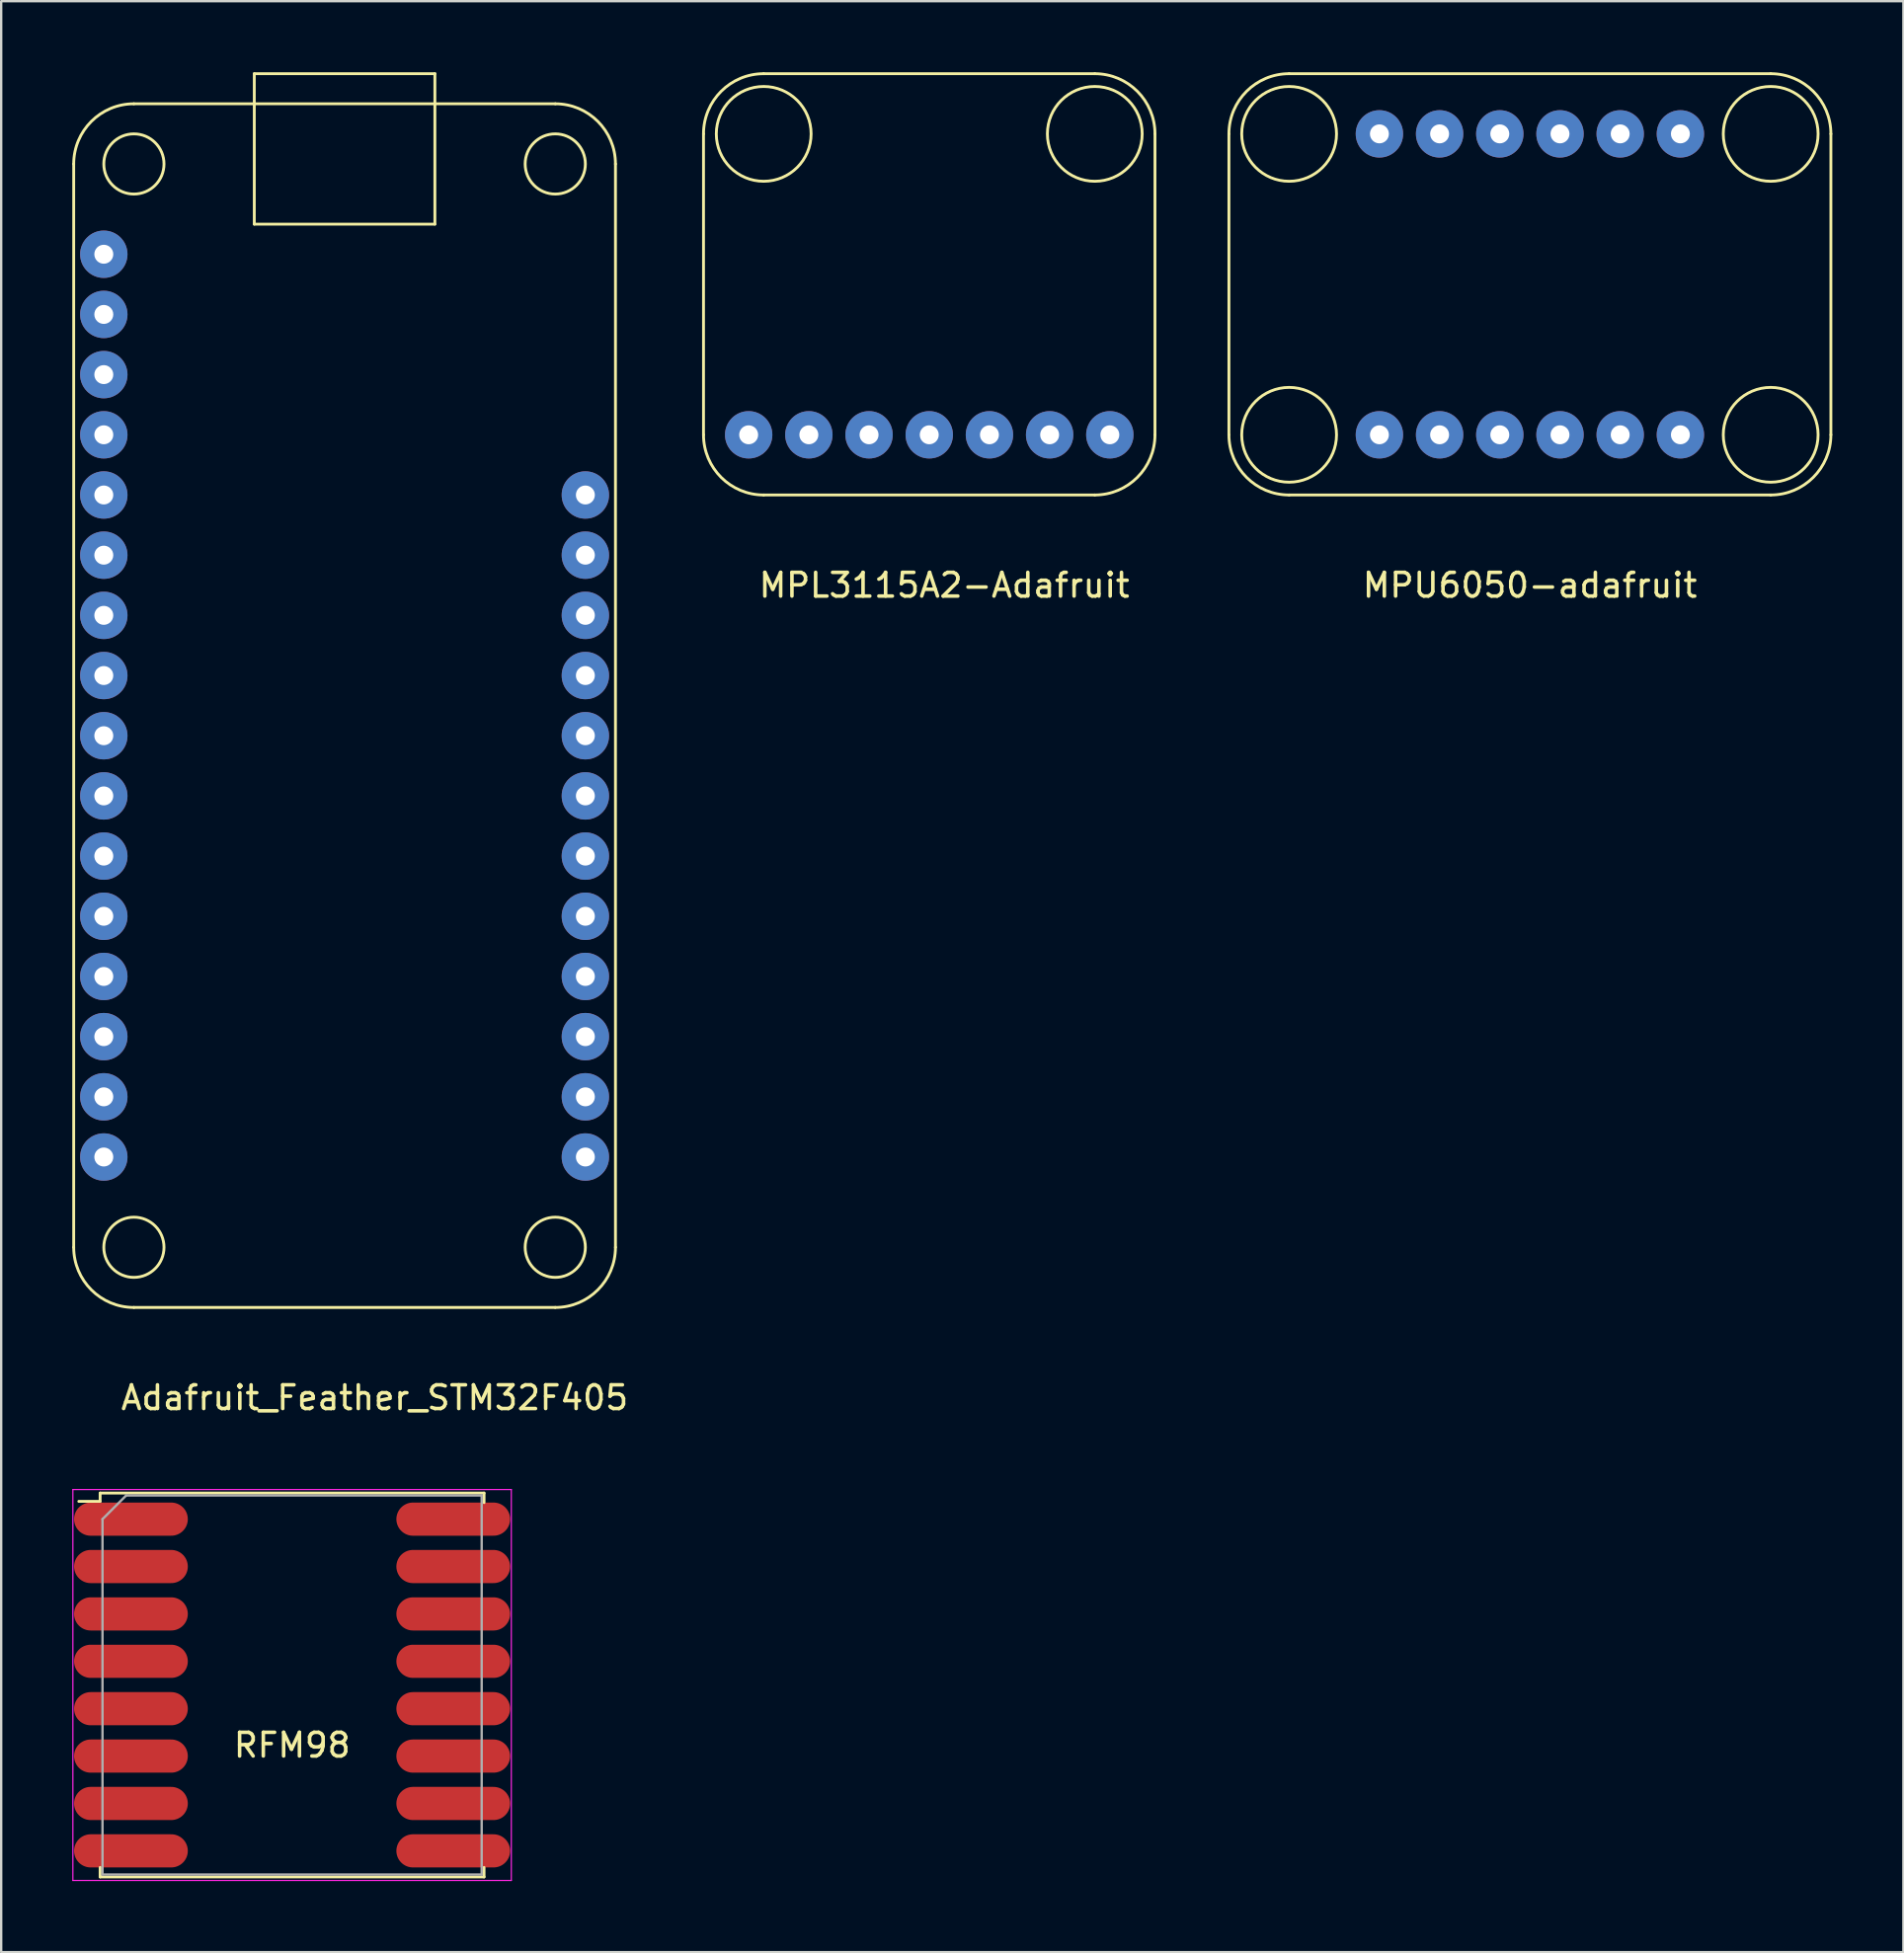
<source format=kicad_pcb>
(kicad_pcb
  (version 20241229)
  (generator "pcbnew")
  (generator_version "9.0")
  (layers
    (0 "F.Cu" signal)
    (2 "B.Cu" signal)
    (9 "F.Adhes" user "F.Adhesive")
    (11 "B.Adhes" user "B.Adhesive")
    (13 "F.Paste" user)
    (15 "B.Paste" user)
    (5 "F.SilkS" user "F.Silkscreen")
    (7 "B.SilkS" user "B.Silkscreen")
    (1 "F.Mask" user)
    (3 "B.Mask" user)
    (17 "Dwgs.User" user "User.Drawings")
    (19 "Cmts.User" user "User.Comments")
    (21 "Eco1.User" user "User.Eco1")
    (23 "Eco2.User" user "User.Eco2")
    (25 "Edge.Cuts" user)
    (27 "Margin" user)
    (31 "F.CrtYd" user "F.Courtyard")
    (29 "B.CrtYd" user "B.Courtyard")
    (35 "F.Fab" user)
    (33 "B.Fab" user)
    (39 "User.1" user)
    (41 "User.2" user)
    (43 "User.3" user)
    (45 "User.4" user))
  (footprint "RFM98"
    (layer "F.Cu")
    (at 9.275 68.063)
    (property "Reference" "RFM98" (at 0 2.54 0) (layer "F.SilkS") (effects (font (size 1 1) (thickness 0.15))))
    (attr through_hole)
    (fp_line (start -8.1 -8.1) (end -8.1 -7.75) (stroke (width 0.12) (type solid)) (layer "F.SilkS"))
    (fp_line (start -8.1 -8.1) (end 8.1 -8.1) (stroke (width 0.12) (type solid)) (layer "F.SilkS"))
    (fp_line (start -8.1 -7.75) (end -9 -7.75) (stroke (width 0.12) (type solid)) (layer "F.SilkS"))
    (fp_line (start -8.1 7.7) (end -8.1 8.1) (stroke (width 0.12) (type solid)) (layer "F.SilkS"))
    (fp_line (start -8.1 8.1) (end 8.1 8.1) (stroke (width 0.12) (type solid)) (layer "F.SilkS"))
    (fp_line (start 8.1 -8.1) (end 8.1 -7.7) (stroke (width 0.12) (type solid)) (layer "F.SilkS"))
    (fp_line (start 8.1 8.1) (end 8.1 7.7) (stroke (width 0.12) (type solid)) (layer "F.SilkS"))
    (fp_line (start -9.25 -8.25) (end 9.25 -8.25) (stroke (width 0.05) (type solid)) (layer "F.CrtYd"))
    (fp_line (start -9.25 8.25) (end -9.25 -8.25) (stroke (width 0.05) (type solid)) (layer "F.CrtYd"))
    (fp_line (start -9.25 8.25) (end 9.25 8.25) (stroke (width 0.05) (type solid)) (layer "F.CrtYd"))
    (fp_line (start 9.25 -8.25) (end 9.25 8.25) (stroke (width 0.05) (type solid)) (layer "F.CrtYd"))
    (fp_line (start -8 8) (end -8 -7) (stroke (width 0.1) (type solid)) (layer "F.Fab"))
    (fp_line (start -8 8) (end 8 8) (stroke (width 0.1) (type solid)) (layer "F.Fab"))
    (fp_line (start -7 -8) (end -8 -7) (stroke (width 0.1) (type solid)) (layer "F.Fab"))
    (fp_line (start -7 -8) (end 8 -8) (stroke (width 0.1) (type solid)) (layer "F.Fab"))
    (fp_line (start 8 8) (end 8 -8) (stroke (width 0.1) (type solid)) (layer "F.Fab"))
    (pad "1" smd oval (at -8 -7) (size 4.8 1.4) (drill (offset 1.2 0)) (layers "F.Cu" "F.Mask" "F.Paste"))
    (pad "2" smd oval (at -8 -5) (size 4.8 1.4) (drill (offset 1.2 0)) (layers "F.Cu" "F.Mask" "F.Paste"))
    (pad "3" smd oval (at -8 -3) (size 4.8 1.4) (drill (offset 1.2 0)) (layers "F.Cu" "F.Mask" "F.Paste"))
    (pad "4" smd oval (at -8 -1) (size 4.8 1.4) (drill (offset 1.2 0)) (layers "F.Cu" "F.Mask" "F.Paste"))
    (pad "5" smd oval (at -8 1) (size 4.8 1.4) (drill (offset 1.2 0)) (layers "F.Cu" "F.Mask" "F.Paste"))
    (pad "6" smd oval (at -8 3) (size 4.8 1.4) (drill (offset 1.2 0)) (layers "F.Cu" "F.Mask" "F.Paste"))
    (pad "7" smd oval (at -8 5) (size 4.8 1.4) (drill (offset 1.2 0)) (layers "F.Cu" "F.Mask" "F.Paste"))
    (pad "8" smd oval (at -8 7) (size 4.8 1.4) (drill (offset 1.2 0)) (layers "F.Cu" "F.Mask" "F.Paste"))
    (pad "9" smd oval (at 8 7) (size 4.8 1.4) (drill (offset -1.2 0)) (layers "F.Cu" "F.Mask" "F.Paste"))
    (pad "10" smd oval (at 8 5) (size 4.8 1.4) (drill (offset -1.2 0)) (layers "F.Cu" "F.Mask" "F.Paste"))
    (pad "11" smd oval (at 8 3) (size 4.8 1.4) (drill (offset -1.2 0)) (layers "F.Cu" "F.Mask" "F.Paste"))
    (pad "12" smd oval (at 8 1) (size 4.8 1.4) (drill (offset -1.2 0)) (layers "F.Cu" "F.Mask" "F.Paste"))
    (pad "13" smd oval (at 8 -1) (size 4.8 1.4) (drill (offset -1.2 0)) (layers "F.Cu" "F.Mask" "F.Paste"))
    (pad "14" smd oval (at 8 -3) (size 4.8 1.4) (drill (offset -1.2 0)) (layers "F.Cu" "F.Mask" "F.Paste"))
    (pad "15" smd oval (at 8 -5) (size 4.8 1.4) (drill (offset -1.2 0)) (layers "F.Cu" "F.Mask" "F.Paste"))
    (pad "16" smd oval (at 8 -7) (size 4.8 1.4) (drill (offset -1.2 0)) (layers "F.Cu" "F.Mask" "F.Paste")))
  (footprint "Adafruit_Feather_STM32F405"
    (layer "F.Cu")
    (at 11.49 55.94)
    (property "Reference" "Adafruit_Feather_STM32F405" (at 1.27 0 0) (layer "F.SilkS") (effects (font (size 1 1) (thickness 0.15))))
    (attr through_hole)
    (fp_line (start -11.43 -52.07) (end -11.43 -6.35) (stroke (width 0.12) (type solid)) (layer "F.SilkS"))
    (fp_line (start -8.89 -3.81) (end 8.89 -3.81) (stroke (width 0.12) (type solid)) (layer "F.SilkS"))
    (fp_line (start -3.81 -55.88) (end 3.81 -55.88) (stroke (width 0.12) (type solid)) (layer "F.SilkS"))
    (fp_line (start -3.81 -49.53) (end -3.81 -55.88) (stroke (width 0.12) (type solid)) (layer "F.SilkS"))
    (fp_line (start 3.81 -55.88) (end 3.81 -49.53) (stroke (width 0.12) (type solid)) (layer "F.SilkS"))
    (fp_line (start 3.81 -49.53) (end -3.81 -49.53) (stroke (width 0.12) (type solid)) (layer "F.SilkS"))
    (fp_line (start 8.89 -54.61) (end -8.89 -54.61) (stroke (width 0.12) (type solid)) (layer "F.SilkS"))
    (fp_line (start 11.43 -6.35) (end 11.43 -52.07) (stroke (width 0.12) (type solid)) (layer "F.SilkS"))
    (fp_arc (start -11.43 -52.07) (mid -10.686051 -53.866051) (end -8.89 -54.61) (stroke (width 0.12) (type solid)) (layer "F.SilkS"))
    (fp_arc (start -8.89 -3.81) (mid -10.686051 -4.553949) (end -11.43 -6.35) (stroke (width 0.12) (type solid)) (layer "F.SilkS"))
    (fp_arc (start 8.89 -54.61) (mid 10.686051 -53.866051) (end 11.43 -52.07) (stroke (width 0.12) (type solid)) (layer "F.SilkS"))
    (fp_arc (start 11.43 -6.35) (mid 10.686051 -4.553949) (end 8.89 -3.81) (stroke (width 0.12) (type solid)) (layer "F.SilkS"))
    (fp_circle (center -8.89 -52.07) (end -8.89 -50.8) (stroke (width 0.12) (type solid)) (fill no) (layer "F.SilkS"))
    (fp_circle (center -8.89 -6.35) (end -8.89 -5.08) (stroke (width 0.12) (type solid)) (fill no) (layer "F.SilkS"))
    (fp_circle (center 8.89 -52.07) (end 8.89 -50.8) (stroke (width 0.12) (type solid)) (fill no) (layer "F.SilkS"))
    (fp_circle (center 8.89 -6.35) (end 8.89 -5.08) (stroke (width 0.12) (type solid)) (fill no) (layer "F.SilkS"))
    (pad "1" thru_hole circle (at -10.16 -48.26) (size 2 2) (drill 0.8) (layers "*.Cu" "*.Mask"))
    (pad "2" thru_hole circle (at -10.16 -45.72) (size 2 2) (drill 0.8) (layers "*.Cu" "*.Mask"))
    (pad "3" thru_hole circle (at -10.16 -43.18) (size 2 2) (drill 0.8) (layers "*.Cu" "*.Mask"))
    (pad "4" thru_hole circle (at -10.16 -40.64) (size 2 2) (drill 0.8) (layers "*.Cu" "*.Mask"))
    (pad "5" thru_hole circle (at -10.16 -38.1) (size 2 2) (drill 0.8) (layers "*.Cu" "*.Mask"))
    (pad "6" thru_hole circle (at -10.16 -35.56) (size 2 2) (drill 0.8) (layers "*.Cu" "*.Mask"))
    (pad "7" thru_hole circle (at -10.16 -33.02) (size 2 2) (drill 0.8) (layers "*.Cu" "*.Mask"))
    (pad "8" thru_hole circle (at -10.16 -30.48) (size 2 2) (drill 0.8) (layers "*.Cu" "*.Mask"))
    (pad "9" thru_hole circle (at -10.16 -27.94) (size 2 2) (drill 0.8) (layers "*.Cu" "*.Mask"))
    (pad "10" thru_hole circle (at -10.16 -25.4) (size 2 2) (drill 0.8) (layers "*.Cu" "*.Mask"))
    (pad "11" thru_hole circle (at -10.16 -22.86) (size 2 2) (drill 0.8) (layers "*.Cu" "*.Mask"))
    (pad "12" thru_hole circle (at -10.16 -20.32) (size 2 2) (drill 0.8) (layers "*.Cu" "*.Mask"))
    (pad "13" thru_hole circle (at -10.16 -17.78) (size 2 2) (drill 0.8) (layers "*.Cu" "*.Mask"))
    (pad "14" thru_hole circle (at -10.16 -15.24) (size 2 2) (drill 0.8) (layers "*.Cu" "*.Mask"))
    (pad "15" thru_hole circle (at -10.16 -12.7) (size 2 2) (drill 0.8) (layers "*.Cu" "*.Mask"))
    (pad "16" thru_hole circle (at -10.16 -10.16) (size 2 2) (drill 0.8) (layers "*.Cu" "*.Mask"))
    (pad "17" thru_hole circle (at 10.16 -10.16) (size 2 2) (drill 0.8) (layers "*.Cu" "*.Mask"))
    (pad "18" thru_hole circle (at 10.16 -12.7) (size 2 2) (drill 0.8) (layers "*.Cu" "*.Mask"))
    (pad "19" thru_hole circle (at 10.16 -15.24) (size 2 2) (drill 0.8) (layers "*.Cu" "*.Mask"))
    (pad "20" thru_hole circle (at 10.16 -17.78) (size 2 2) (drill 0.8) (layers "*.Cu" "*.Mask"))
    (pad "21" thru_hole circle (at 10.16 -20.32) (size 2 2) (drill 0.8) (layers "*.Cu" "*.Mask"))
    (pad "22" thru_hole circle (at 10.16 -22.86) (size 2 2) (drill 0.8) (layers "*.Cu" "*.Mask"))
    (pad "23" thru_hole circle (at 10.16 -25.4) (size 2 2) (drill 0.8) (layers "*.Cu" "*.Mask"))
    (pad "24" thru_hole circle (at 10.16 -27.94) (size 2 2) (drill 0.8) (layers "*.Cu" "*.Mask"))
    (pad "25" thru_hole circle (at 10.16 -30.48) (size 2 2) (drill 0.8) (layers "*.Cu" "*.Mask"))
    (pad "26" thru_hole circle (at 10.16 -33.02) (size 2 2) (drill 0.8) (layers "*.Cu" "*.Mask"))
    (pad "27" thru_hole circle (at 10.16 -35.56) (size 2 2) (drill 0.8) (layers "*.Cu" "*.Mask"))
    (pad "28" thru_hole circle (at 10.16 -38.1) (size 2 2) (drill 0.8) (layers "*.Cu" "*.Mask")))
  (footprint "MPU6050-adafruit"
    (layer "F.Cu")
    (at 61.505 10.22)
    (property "Reference" "MPU6050-adafruit" (at 0 11.43 0) (layer "F.SilkS") (effects (font (size 1 1) (thickness 0.15))))
    (attr through_hole)
    (fp_line (start -12.7 -7.62) (end -12.7 5.08) (stroke (width 0.12) (type solid)) (layer "F.SilkS"))
    (fp_line (start -10.16 7.62) (end 10.16 7.62) (stroke (width 0.12) (type solid)) (layer "F.SilkS"))
    (fp_line (start 10.16 -10.16) (end -10.16 -10.16) (stroke (width 0.12) (type solid)) (layer "F.SilkS"))
    (fp_line (start 12.7 5.08) (end 12.7 -7.62) (stroke (width 0.12) (type solid)) (layer "F.SilkS"))
    (fp_arc (start -12.7 -7.62) (mid -11.956051 -9.416051) (end -10.16 -10.16) (stroke (width 0.12) (type solid)) (layer "F.SilkS"))
    (fp_arc (start -10.16 7.62) (mid -11.956051 6.876051) (end -12.7 5.08) (stroke (width 0.12) (type solid)) (layer "F.SilkS"))
    (fp_arc (start 10.16 -10.16) (mid 11.956051 -9.416051) (end 12.7 -7.62) (stroke (width 0.12) (type solid)) (layer "F.SilkS"))
    (fp_arc (start 12.7 5.08) (mid 11.956051 6.876051) (end 10.16 7.62) (stroke (width 0.12) (type solid)) (layer "F.SilkS"))
    (fp_circle (center -10.16 -7.62) (end -8.16 -7.62) (stroke (width 0.12) (type solid)) (fill no) (layer "F.SilkS"))
    (fp_circle (center -10.16 5.08) (end -8.16 5.08) (stroke (width 0.12) (type solid)) (fill no) (layer "F.SilkS"))
    (fp_circle (center 10.16 -7.62) (end 12.16 -7.62) (stroke (width 0.12) (type solid)) (fill no) (layer "F.SilkS"))
    (fp_circle (center 10.16 5.08) (end 12.16 5.08) (stroke (width 0.12) (type solid)) (fill no) (layer "F.SilkS"))
    (pad "1" thru_hole circle (at -6.35 5.08) (size 2 2) (drill 0.8) (layers "*.Cu" "*.Mask"))
    (pad "2" thru_hole circle (at -3.81 5.08) (size 2 2) (drill 0.8) (layers "*.Cu" "*.Mask"))
    (pad "3" thru_hole circle (at -1.27 5.08) (size 2 2) (drill 0.8) (layers "*.Cu" "*.Mask"))
    (pad "4" thru_hole circle (at 1.27 5.08) (size 2 2) (drill 0.8) (layers "*.Cu" "*.Mask"))
    (pad "5" thru_hole circle (at 3.81 5.08) (size 2 2) (drill 0.8) (layers "*.Cu" "*.Mask"))
    (pad "6" thru_hole circle (at 6.35 5.08) (size 2 2) (drill 0.8) (layers "*.Cu" "*.Mask"))
    (pad "7" thru_hole circle (at 6.35 -7.62) (size 2 2) (drill 0.8) (layers "*.Cu" "*.Mask"))
    (pad "8" thru_hole circle (at 3.81 -7.62) (size 2 2) (drill 0.8) (layers "*.Cu" "*.Mask"))
    (pad "9" thru_hole circle (at 1.27 -7.62) (size 2 2) (drill 0.8) (layers "*.Cu" "*.Mask"))
    (pad "10" thru_hole circle (at -1.27 -7.62) (size 2 2) (drill 0.8) (layers "*.Cu" "*.Mask"))
    (pad "11" thru_hole circle (at -3.81 -7.62) (size 2 2) (drill 0.8) (layers "*.Cu" "*.Mask"))
    (pad "12" thru_hole circle (at -6.35 -7.62) (size 2 2) (drill 0.8) (layers "*.Cu" "*.Mask")))
  (footprint "MPL3115A2-Adafruit"
    (layer "F.Cu")
    (at 36.795 7.68)
    (property "Reference" "MPL3115A2-Adafruit" (at 0 13.97 0) (layer "F.SilkS") (effects (font (size 1 1) (thickness 0.15))))
    (attr through_hole)
    (fp_line (start -10.16 7.62) (end -10.16 -5.08) (stroke (width 0.12) (type solid)) (layer "F.SilkS"))
    (fp_line (start -7.62 -7.62) (end 6.35 -7.62) (stroke (width 0.12) (type solid)) (layer "F.SilkS"))
    (fp_line (start 6.35 10.16) (end -7.62 10.16) (stroke (width 0.12) (type solid)) (layer "F.SilkS"))
    (fp_line (start 8.89 -5.08) (end 8.89 7.62) (stroke (width 0.12) (type solid)) (layer "F.SilkS"))
    (fp_arc (start -10.16 -5.08) (mid -9.416051 -6.876051) (end -7.62 -7.62) (stroke (width 0.12) (type solid)) (layer "F.SilkS"))
    (fp_arc (start -7.62 10.16) (mid -9.416051 9.416051) (end -10.16 7.62) (stroke (width 0.12) (type solid)) (layer "F.SilkS"))
    (fp_arc (start 6.35 -7.62) (mid 8.146051 -6.876051) (end 8.89 -5.08) (stroke (width 0.12) (type solid)) (layer "F.SilkS"))
    (fp_arc (start 8.89 7.62) (mid 8.146051 9.416051) (end 6.35 10.16) (stroke (width 0.12) (type solid)) (layer "F.SilkS"))
    (fp_circle (center -7.62 -5.08) (end -5.62 -5.08) (stroke (width 0.12) (type solid)) (fill no) (layer "F.SilkS"))
    (fp_circle (center 6.35 -5.08) (end 8.35 -5.08) (stroke (width 0.12) (type solid)) (fill no) (layer "F.SilkS"))
    (pad "1" thru_hole circle (at -8.255 7.62) (size 2 2) (drill 0.8) (layers "*.Cu" "*.Mask"))
    (pad "2" thru_hole circle (at -5.715 7.62) (size 2 2) (drill 0.8) (layers "*.Cu" "*.Mask"))
    (pad "3" thru_hole circle (at -3.175 7.62) (size 2 2) (drill 0.8) (layers "*.Cu" "*.Mask"))
    (pad "4" thru_hole circle (at -0.635 7.62) (size 2 2) (drill 0.8) (layers "*.Cu" "*.Mask"))
    (pad "5" thru_hole circle (at 1.905 7.62) (size 2 2) (drill 0.8) (layers "*.Cu" "*.Mask"))
    (pad "6" thru_hole circle (at 4.445 7.62) (size 2 2) (drill 0.8) (layers "*.Cu" "*.Mask"))
    (pad "7" thru_hole circle (at 6.985 7.62) (size 2 2) (drill 0.8) (layers "*.Cu" "*.Mask")))
  (gr_rect
    (start -3 -3)
    (end 77.265 79.338)
    (stroke (width 0.1) (type default))
    (fill no)
    (layer "Edge.Cuts")))
</source>
